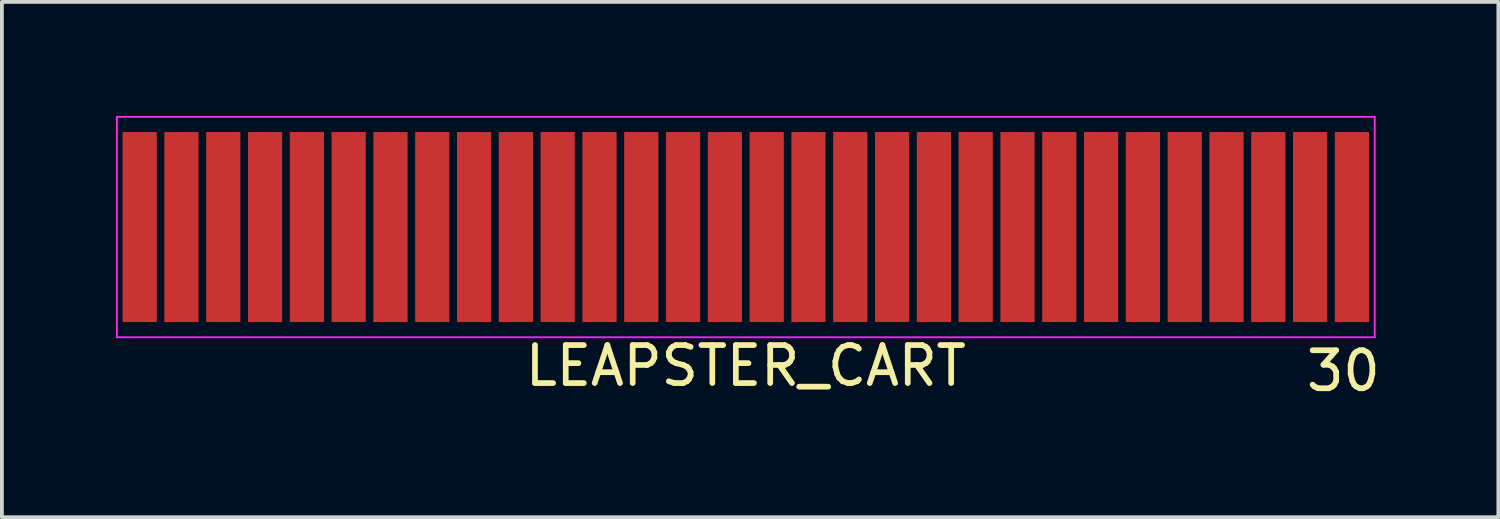
<source format=kicad_pcb>
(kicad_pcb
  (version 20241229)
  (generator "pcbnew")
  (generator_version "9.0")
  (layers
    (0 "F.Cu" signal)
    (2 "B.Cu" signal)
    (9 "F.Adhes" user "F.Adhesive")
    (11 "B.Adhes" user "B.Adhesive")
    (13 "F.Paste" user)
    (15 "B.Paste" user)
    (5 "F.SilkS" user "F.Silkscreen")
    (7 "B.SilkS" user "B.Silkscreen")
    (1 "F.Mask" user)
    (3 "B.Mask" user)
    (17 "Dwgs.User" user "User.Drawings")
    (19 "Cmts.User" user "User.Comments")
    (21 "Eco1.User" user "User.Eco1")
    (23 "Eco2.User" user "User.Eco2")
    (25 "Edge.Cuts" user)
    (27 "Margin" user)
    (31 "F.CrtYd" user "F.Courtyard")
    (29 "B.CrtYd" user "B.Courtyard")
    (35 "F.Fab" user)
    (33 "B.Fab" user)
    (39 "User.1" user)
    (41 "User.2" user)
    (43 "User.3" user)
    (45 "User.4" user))
  (footprint "LEAPSTER_CART"
    (layer "F.Cu")
    (at 16.575 2.925)
    (property "Reference" "LEAPSTER_CART" (at 0 3.65 0) (layer "F.SilkS") (effects (font (size 1 1) (thickness 0.15))))
    (attr smd)
    (fp_line (start -16.55 -2.9) (end -16.55 2.9) (stroke (width 0.05) (type solid)) (layer "F.CrtYd"))
    (fp_line (start -16.55 -2.9) (end 16.55 -2.9) (stroke (width 0.05) (type solid)) (layer "F.CrtYd"))
    (fp_line (start -16.55 2.9) (end 16.55 2.9) (stroke (width 0.05) (type solid)) (layer "F.CrtYd"))
    (fp_line (start 16.55 -2.9) (end 16.55 2.9) (stroke (width 0.05) (type solid)) (layer "F.CrtYd"))
    (fp_text user "30" (at 15.725 3.787 0) (layer "F.SilkS") (effects (font (size 1 1) (thickness 0.15))))
    (pad "0" smd rect (at -15.95 0) (size 0.001 0.001) (layers "F.Cu" "F.Mask" "F.Paste"))
    (pad "0" smd rect (at 15.95 0) (size 0.001 0.001) (layers "F.Cu" "F.Mask" "F.Paste"))
    (pad "1" connect rect (at -15.95 0) (size 0.9 5) (layers "F.Cu" "F.Mask"))
    (pad "2" connect rect (at -14.85 0) (size 0.9 5) (layers "F.Cu" "F.Mask"))
    (pad "3" connect rect (at -13.75 0) (size 0.9 5) (layers "F.Cu" "F.Mask"))
    (pad "4" connect rect (at -12.65 0) (size 0.9 5) (layers "F.Cu" "F.Mask"))
    (pad "5" connect rect (at -11.55 0) (size 0.9 5) (layers "F.Cu" "F.Mask"))
    (pad "6" connect rect (at -10.45 0) (size 0.9 5) (layers "F.Cu" "F.Mask"))
    (pad "7" connect rect (at -9.35 0) (size 0.9 5) (layers "F.Cu" "F.Mask"))
    (pad "8" connect rect (at -8.25 0) (size 0.9 5) (layers "F.Cu" "F.Mask"))
    (pad "9" connect rect (at -7.15 0) (size 0.9 5) (layers "F.Cu" "F.Mask"))
    (pad "10" connect rect (at -6.05 0) (size 0.9 5) (layers "F.Cu" "F.Mask"))
    (pad "11" connect rect (at -4.95 0) (size 0.9 5) (layers "F.Cu" "F.Mask"))
    (pad "12" connect rect (at -3.85 0) (size 0.9 5) (layers "F.Cu" "F.Mask"))
    (pad "13" connect rect (at -2.75 0) (size 0.9 5) (layers "F.Cu" "F.Mask"))
    (pad "14" connect rect (at -1.65 0) (size 0.9 5) (layers "F.Cu" "F.Mask"))
    (pad "15" connect rect (at -0.55 0) (size 0.9 5) (layers "F.Cu" "F.Mask"))
    (pad "16" connect rect (at 0.55 0) (size 0.9 5) (layers "F.Cu" "F.Mask"))
    (pad "17" connect rect (at 1.65 0) (size 0.9 5) (layers "F.Cu" "F.Mask"))
    (pad "18" connect rect (at 2.75 0) (size 0.9 5) (layers "F.Cu" "F.Mask"))
    (pad "19" connect rect (at 3.85 0) (size 0.9 5) (layers "F.Cu" "F.Mask"))
    (pad "20" connect rect (at 4.95 0) (size 0.9 5) (layers "F.Cu" "F.Mask"))
    (pad "21" connect rect (at 6.05 0) (size 0.9 5) (layers "F.Cu" "F.Mask"))
    (pad "22" connect rect (at 7.15 0) (size 0.9 5) (layers "F.Cu" "F.Mask"))
    (pad "23" connect rect (at 8.25 0) (size 0.9 5) (layers "F.Cu" "F.Mask"))
    (pad "24" connect rect (at 9.35 0) (size 0.9 5) (layers "F.Cu" "F.Mask"))
    (pad "25" connect rect (at 10.45 0) (size 0.9 5) (layers "F.Cu" "F.Mask"))
    (pad "26" connect rect (at 11.55 0) (size 0.9 5) (layers "F.Cu" "F.Mask"))
    (pad "27" connect rect (at 12.65 0) (size 0.9 5) (layers "F.Cu" "F.Mask"))
    (pad "28" connect rect (at 13.75 0) (size 0.9 5) (layers "F.Cu" "F.Mask"))
    (pad "29" connect rect (at 14.85 0) (size 0.9 5) (layers "F.Cu" "F.Mask"))
    (pad "30" connect rect (at 15.95 0) (size 0.9 5) (layers "F.Cu" "F.Mask")))
  (gr_rect
    (start -3 -3)
    (end 36.378 10.56)
    (stroke (width 0.1) (type default))
    (fill no)
    (layer "Edge.Cuts")))
</source>
